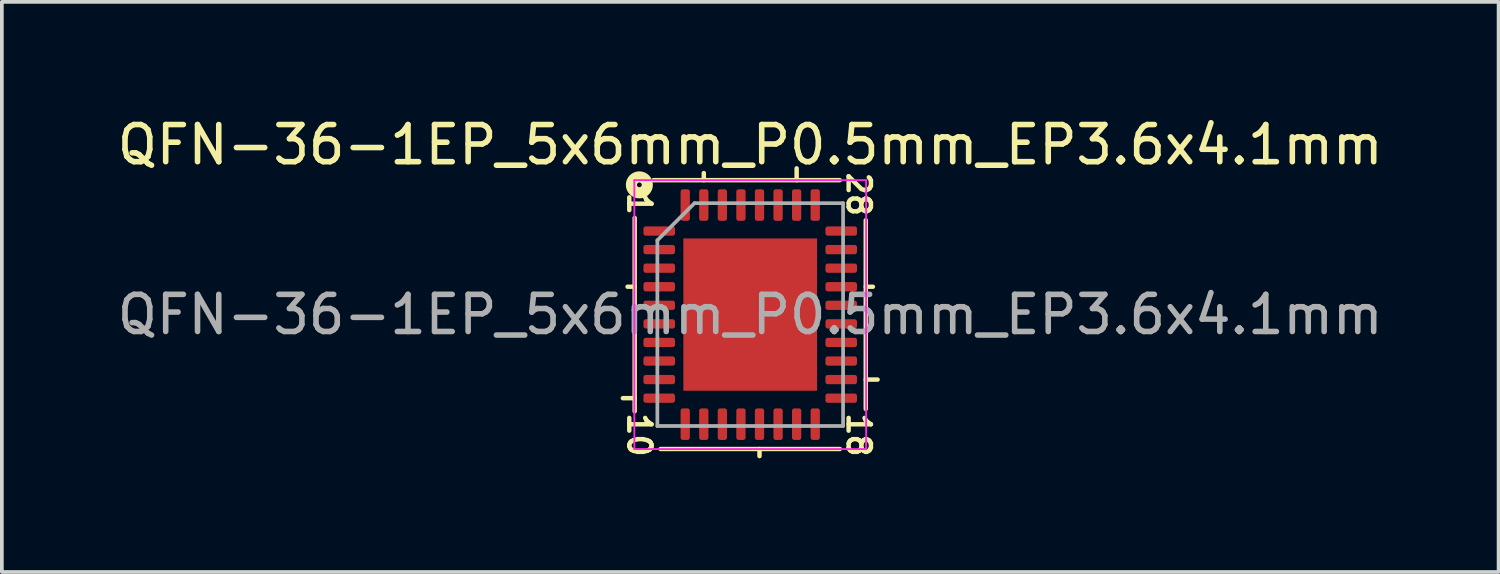
<source format=kicad_pcb>
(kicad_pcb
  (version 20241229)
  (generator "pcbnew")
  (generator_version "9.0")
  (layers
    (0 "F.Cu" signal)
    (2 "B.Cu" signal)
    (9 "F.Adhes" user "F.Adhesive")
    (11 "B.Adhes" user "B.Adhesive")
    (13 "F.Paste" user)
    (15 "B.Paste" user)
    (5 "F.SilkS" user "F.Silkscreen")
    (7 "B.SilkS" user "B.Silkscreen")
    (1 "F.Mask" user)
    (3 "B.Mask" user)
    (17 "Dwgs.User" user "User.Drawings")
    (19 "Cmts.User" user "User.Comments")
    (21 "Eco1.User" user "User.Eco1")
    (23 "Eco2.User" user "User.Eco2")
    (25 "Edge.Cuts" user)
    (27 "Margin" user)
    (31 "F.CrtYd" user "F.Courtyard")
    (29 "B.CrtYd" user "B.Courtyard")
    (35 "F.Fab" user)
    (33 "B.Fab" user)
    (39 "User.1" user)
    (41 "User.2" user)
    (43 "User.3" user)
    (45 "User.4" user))
  (footprint "QFN-36-1EP_5x6mm_P0.5mm_EP3.6x4.1mm"
    (layer "F.Cu")
    (at 17.149 5.42)
    (property "Reference" "QFN-36-1EP_5x6mm_P0.5mm_EP3.6x4.1mm" (at 0 -4.572 0) (layer "F.SilkS") (effects (font (size 1 1) (thickness 0.15))))
    (attr smd)
    (fp_line (start -3.111 -2.603) (end -3.111 2.603) (stroke (width 0.12) (type solid)) (layer "F.SilkS"))
    (fp_line (start -3.111 -0.75) (end -3.302 -0.75) (stroke (width 0.12) (type solid)) (layer "F.SilkS"))
    (fp_line (start -3.111 2.25) (end -3.429 2.25) (stroke (width 0.12) (type solid)) (layer "F.SilkS"))
    (fp_line (start -2.413 3.619) (end 2.413 3.619) (stroke (width 0.12) (type solid)) (layer "F.SilkS"))
    (fp_line (start -1.25 -3.619) (end -1.25 -3.81) (stroke (width 0.12) (type solid)) (layer "F.SilkS"))
    (fp_line (start 0.25 3.619) (end 0.25 3.81) (stroke (width 0.12) (type solid)) (layer "F.SilkS"))
    (fp_line (start 1.25 -3.619) (end 1.25 -3.937) (stroke (width 0.12) (type solid)) (layer "F.SilkS"))
    (fp_line (start 2.413 -3.619) (end -2.603 -3.619) (stroke (width 0.12) (type solid)) (layer "F.SilkS"))
    (fp_line (start 3.111 -0.75) (end 3.302 -0.75) (stroke (width 0.12) (type solid)) (layer "F.SilkS"))
    (fp_line (start 3.111 1.75) (end 3.429 1.75) (stroke (width 0.12) (type solid)) (layer "F.SilkS"))
    (fp_line (start 3.111 2.54) (end 3.111 -2.54) (stroke (width 0.12) (type solid)) (layer "F.SilkS"))
    (fp_circle (center -2.985 -3.493) (end -2.921 -3.493) (stroke (width 0.3) (type solid)) (fill no) (layer "F.SilkS"))
    (fp_line (start -3.12 -3.62) (end -3.12 3.62) (stroke (width 0.05) (type solid)) (layer "F.CrtYd"))
    (fp_line (start -3.12 3.62) (end 3.12 3.62) (stroke (width 0.05) (type solid)) (layer "F.CrtYd"))
    (fp_line (start 3.12 -3.62) (end -3.12 -3.62) (stroke (width 0.05) (type solid)) (layer "F.CrtYd"))
    (fp_line (start 3.12 3.62) (end 3.12 -3.62) (stroke (width 0.05) (type solid)) (layer "F.CrtYd"))
    (fp_line (start -2.5 -2) (end -1.5 -3) (stroke (width 0.1) (type solid)) (layer "F.Fab"))
    (fp_line (start -2.5 3) (end -2.5 -2) (stroke (width 0.1) (type solid)) (layer "F.Fab"))
    (fp_line (start -1.5 -3) (end 2.5 -3) (stroke (width 0.1) (type solid)) (layer "F.Fab"))
    (fp_line (start 2.5 -3) (end 2.5 3) (stroke (width 0.1) (type solid)) (layer "F.Fab"))
    (fp_line (start 2.5 3) (end -2.5 3) (stroke (width 0.1) (type solid)) (layer "F.Fab"))
    (fp_text user "1" (at -2.985 -2.985 270) (unlocked yes) (layer "F.SilkS") (effects (font (size 0.6 0.6) (thickness 0.12))))
    (fp_text user "10" (at -2.985 3.239 270) (unlocked yes) (layer "F.SilkS") (effects (font (size 0.6 0.6) (thickness 0.12))))
    (fp_text user "28" (at 2.921 -3.239 270) (unlocked yes) (layer "F.SilkS") (effects (font (size 0.6 0.6) (thickness 0.12))))
    (fp_text user "18" (at 2.921 3.239 270) (unlocked yes) (layer "F.SilkS") (effects (font (size 0.6 0.6) (thickness 0.12))))
    (fp_text user "${REFERENCE}" (at 0 0 0) (layer "F.Fab") (effects (font (size 1 1) (thickness 0.15))))
    (pad "" smd roundrect (at -1.2 -1.37) (size 0.97 1.1) (layers "F.Paste") (roundrect_rratio 0.25))
    (pad "" smd roundrect (at -1.2 0) (size 0.97 1.1) (layers "F.Paste") (roundrect_rratio 0.25))
    (pad "" smd roundrect (at -1.2 1.37) (size 0.97 1.1) (layers "F.Paste") (roundrect_rratio 0.25))
    (pad "" smd roundrect (at 0 -1.37) (size 0.97 1.1) (layers "F.Paste") (roundrect_rratio 0.25))
    (pad "" smd roundrect (at 0 0) (size 0.97 1.1) (layers "F.Paste") (roundrect_rratio 0.25))
    (pad "" smd roundrect (at 0 1.37) (size 0.97 1.1) (layers "F.Paste") (roundrect_rratio 0.25))
    (pad "" smd roundrect (at 1.2 -1.37) (size 0.97 1.1) (layers "F.Paste") (roundrect_rratio 0.25))
    (pad "" smd roundrect (at 1.2 0) (size 0.97 1.1) (layers "F.Paste") (roundrect_rratio 0.25))
    (pad "" smd roundrect (at 1.2 1.37) (size 0.97 1.1) (layers "F.Paste") (roundrect_rratio 0.25))
    (pad "1" smd roundrect (at -2.45 -2.25) (size 0.85 0.25) (layers "F.Cu" "F.Mask" "F.Paste") (roundrect_rratio 0.25))
    (pad "2" smd roundrect (at -2.45 -1.75) (size 0.85 0.25) (layers "F.Cu" "F.Mask" "F.Paste") (roundrect_rratio 0.25))
    (pad "3" smd roundrect (at -2.45 -1.25) (size 0.85 0.25) (layers "F.Cu" "F.Mask" "F.Paste") (roundrect_rratio 0.25))
    (pad "4" smd roundrect (at -2.45 -0.75) (size 0.85 0.25) (layers "F.Cu" "F.Mask" "F.Paste") (roundrect_rratio 0.25))
    (pad "5" smd roundrect (at -2.45 -0.25) (size 0.85 0.25) (layers "F.Cu" "F.Mask" "F.Paste") (roundrect_rratio 0.25))
    (pad "6" smd roundrect (at -2.45 0.25) (size 0.85 0.25) (layers "F.Cu" "F.Mask" "F.Paste") (roundrect_rratio 0.25))
    (pad "7" smd roundrect (at -2.45 0.75) (size 0.85 0.25) (layers "F.Cu" "F.Mask" "F.Paste") (roundrect_rratio 0.25))
    (pad "8" smd roundrect (at -2.45 1.25) (size 0.85 0.25) (layers "F.Cu" "F.Mask" "F.Paste") (roundrect_rratio 0.25))
    (pad "9" smd roundrect (at -2.45 1.75) (size 0.85 0.25) (layers "F.Cu" "F.Mask" "F.Paste") (roundrect_rratio 0.25))
    (pad "10" smd roundrect (at -2.45 2.25) (size 0.85 0.25) (layers "F.Cu" "F.Mask" "F.Paste") (roundrect_rratio 0.25))
    (pad "11" smd roundrect (at -1.75 2.95) (size 0.25 0.85) (layers "F.Cu" "F.Mask" "F.Paste") (roundrect_rratio 0.25))
    (pad "12" smd roundrect (at -1.25 2.95) (size 0.25 0.85) (layers "F.Cu" "F.Mask" "F.Paste") (roundrect_rratio 0.25))
    (pad "13" smd roundrect (at -0.75 2.95) (size 0.25 0.85) (layers "F.Cu" "F.Mask" "F.Paste") (roundrect_rratio 0.25))
    (pad "14" smd roundrect (at -0.25 2.95) (size 0.25 0.85) (layers "F.Cu" "F.Mask" "F.Paste") (roundrect_rratio 0.25))
    (pad "15" smd roundrect (at 0.25 2.95) (size 0.25 0.85) (layers "F.Cu" "F.Mask" "F.Paste") (roundrect_rratio 0.25))
    (pad "16" smd roundrect (at 0.75 2.95) (size 0.25 0.85) (layers "F.Cu" "F.Mask" "F.Paste") (roundrect_rratio 0.25))
    (pad "17" smd roundrect (at 1.25 2.95) (size 0.25 0.85) (layers "F.Cu" "F.Mask" "F.Paste") (roundrect_rratio 0.25))
    (pad "18" smd roundrect (at 1.75 2.95) (size 0.25 0.85) (layers "F.Cu" "F.Mask" "F.Paste") (roundrect_rratio 0.25))
    (pad "19" smd roundrect (at 2.45 2.25) (size 0.85 0.25) (layers "F.Cu" "F.Mask" "F.Paste") (roundrect_rratio 0.25))
    (pad "20" smd roundrect (at 2.45 1.75) (size 0.85 0.25) (layers "F.Cu" "F.Mask" "F.Paste") (roundrect_rratio 0.25))
    (pad "21" smd roundrect (at 2.45 1.25) (size 0.85 0.25) (layers "F.Cu" "F.Mask" "F.Paste") (roundrect_rratio 0.25))
    (pad "22" smd roundrect (at 2.45 0.75) (size 0.85 0.25) (layers "F.Cu" "F.Mask" "F.Paste") (roundrect_rratio 0.25))
    (pad "23" smd roundrect (at 2.45 0.25) (size 0.85 0.25) (layers "F.Cu" "F.Mask" "F.Paste") (roundrect_rratio 0.25))
    (pad "24" smd roundrect (at 2.45 -0.25) (size 0.85 0.25) (layers "F.Cu" "F.Mask" "F.Paste") (roundrect_rratio 0.25))
    (pad "25" smd roundrect (at 2.45 -0.75) (size 0.85 0.25) (layers "F.Cu" "F.Mask" "F.Paste") (roundrect_rratio 0.25))
    (pad "26" smd roundrect (at 2.45 -1.25) (size 0.85 0.25) (layers "F.Cu" "F.Mask" "F.Paste") (roundrect_rratio 0.25))
    (pad "27" smd roundrect (at 2.45 -1.75) (size 0.85 0.25) (layers "F.Cu" "F.Mask" "F.Paste") (roundrect_rratio 0.25))
    (pad "28" smd roundrect (at 2.45 -2.25) (size 0.85 0.25) (layers "F.Cu" "F.Mask" "F.Paste") (roundrect_rratio 0.25))
    (pad "29" smd roundrect (at 1.75 -2.95) (size 0.25 0.85) (layers "F.Cu" "F.Mask" "F.Paste") (roundrect_rratio 0.25))
    (pad "30" smd roundrect (at 1.25 -2.95) (size 0.25 0.85) (layers "F.Cu" "F.Mask" "F.Paste") (roundrect_rratio 0.25))
    (pad "31" smd roundrect (at 0.75 -2.95) (size 0.25 0.85) (layers "F.Cu" "F.Mask" "F.Paste") (roundrect_rratio 0.25))
    (pad "32" smd roundrect (at 0.25 -2.95) (size 0.25 0.85) (layers "F.Cu" "F.Mask" "F.Paste") (roundrect_rratio 0.25))
    (pad "33" smd roundrect (at -0.25 -2.95) (size 0.25 0.85) (layers "F.Cu" "F.Mask" "F.Paste") (roundrect_rratio 0.25))
    (pad "34" smd roundrect (at -0.75 -2.95) (size 0.25 0.85) (layers "F.Cu" "F.Mask" "F.Paste") (roundrect_rratio 0.25))
    (pad "35" smd roundrect (at -1.25 -2.95) (size 0.25 0.85) (layers "F.Cu" "F.Mask" "F.Paste") (roundrect_rratio 0.25))
    (pad "36" smd roundrect (at -1.75 -2.95) (size 0.25 0.85) (layers "F.Cu" "F.Mask" "F.Paste") (roundrect_rratio 0.25))
    (pad "37" smd rect (at 0 0) (size 3.6 4.1) (layers "F.Cu" "F.Mask")))
  (gr_rect
    (start -3 -3)
    (end 37.298 12.35)
    (stroke (width 0.1) (type default))
    (fill no)
    (layer "Edge.Cuts")))
</source>
